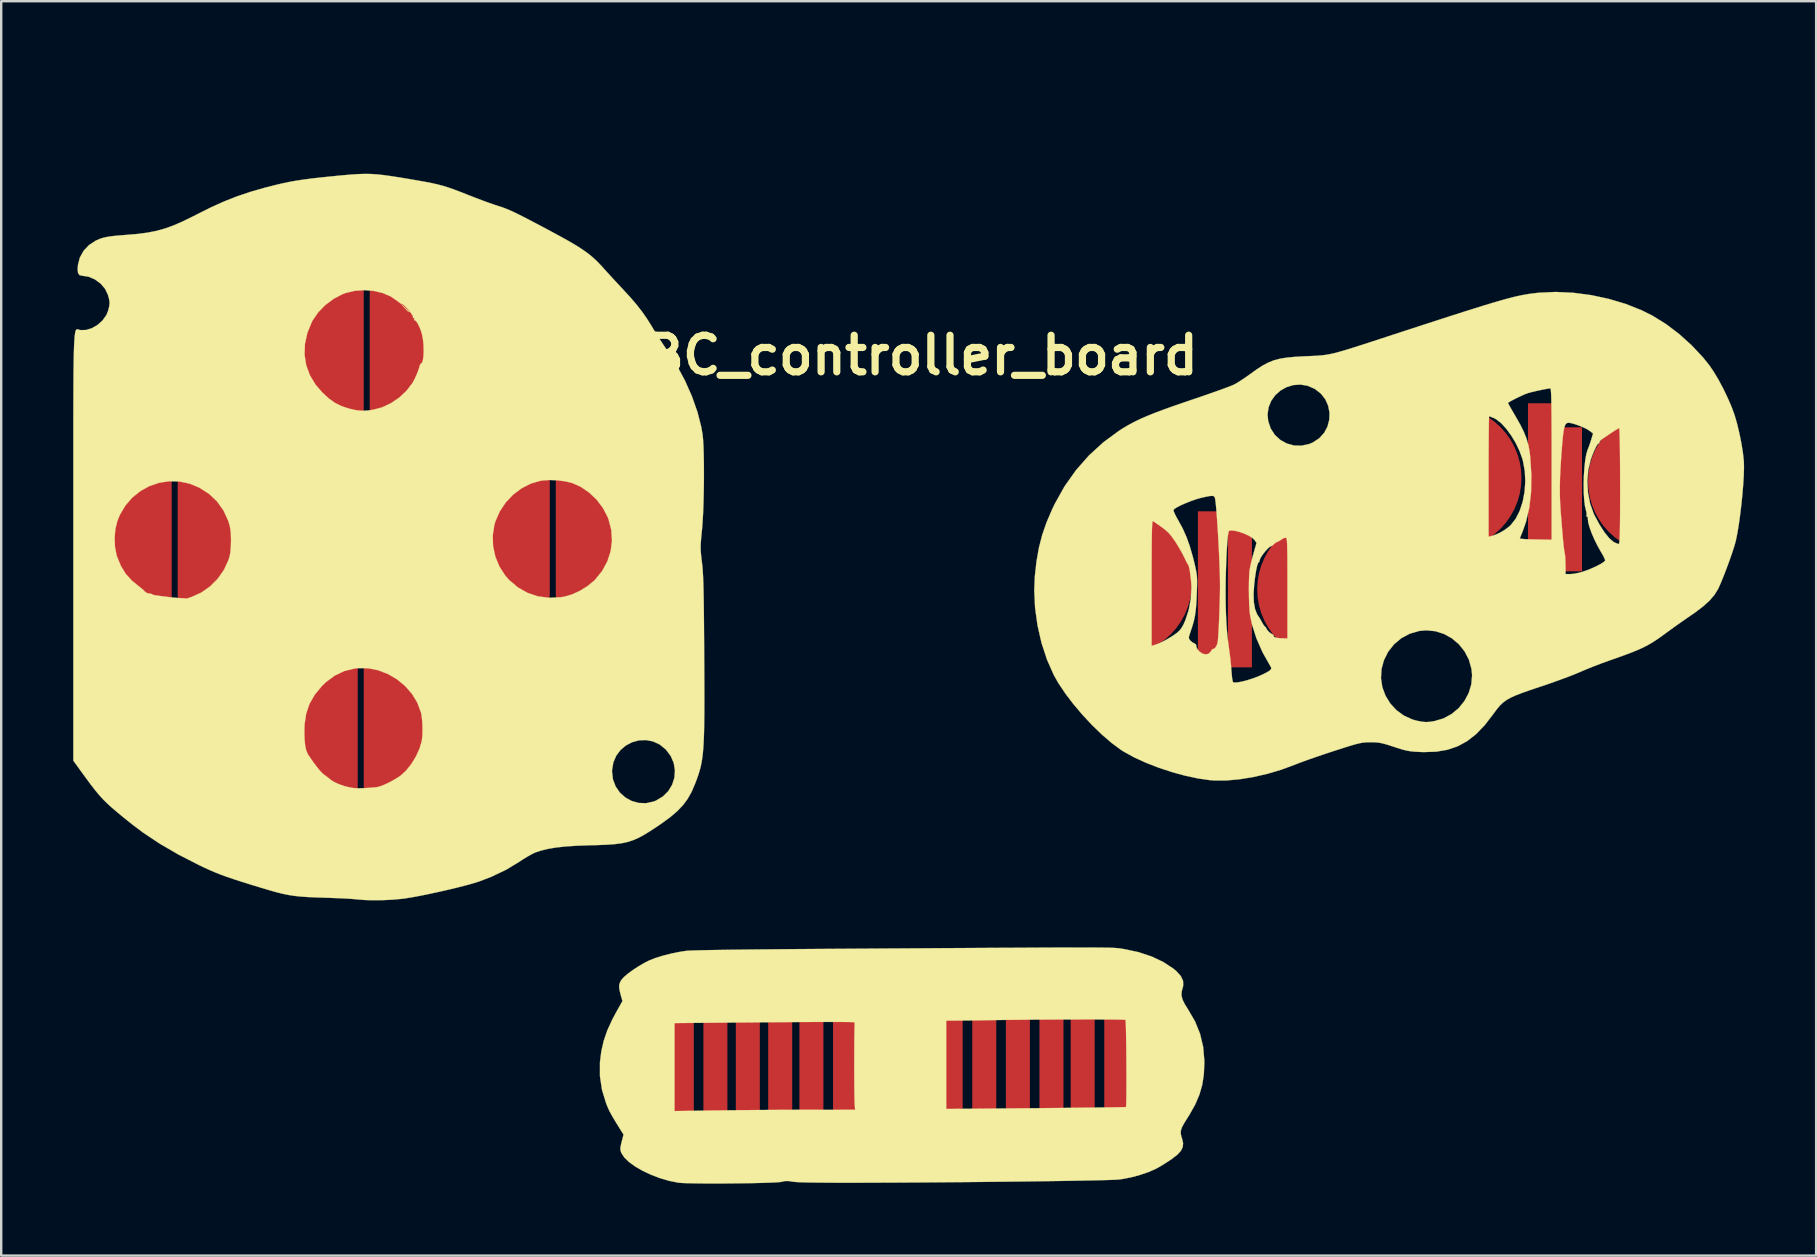
<source format=kicad_pcb>
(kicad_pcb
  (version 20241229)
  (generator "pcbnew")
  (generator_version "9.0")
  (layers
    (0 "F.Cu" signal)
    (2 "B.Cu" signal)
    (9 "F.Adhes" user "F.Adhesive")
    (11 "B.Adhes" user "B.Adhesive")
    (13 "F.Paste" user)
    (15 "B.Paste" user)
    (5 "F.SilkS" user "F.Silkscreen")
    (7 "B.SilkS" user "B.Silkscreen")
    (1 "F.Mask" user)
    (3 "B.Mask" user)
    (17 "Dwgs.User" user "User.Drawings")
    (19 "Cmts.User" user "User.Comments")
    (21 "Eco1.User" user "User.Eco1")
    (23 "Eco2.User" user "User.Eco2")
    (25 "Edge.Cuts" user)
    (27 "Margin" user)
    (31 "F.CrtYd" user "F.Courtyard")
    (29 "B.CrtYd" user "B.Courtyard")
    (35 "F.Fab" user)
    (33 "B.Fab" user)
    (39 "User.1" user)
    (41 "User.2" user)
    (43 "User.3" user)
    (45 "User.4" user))
  (footprint "GBC_controller_board"
    (layer "F.Cu")
    (at 34.852 0.25)
    (property "Reference" "GBC_controller_board" (at -0.25 11.5 0) (layer "F.SilkS") (effects (font (size 1.524 1.524) (thickness 0.3))))
    (attr through_hole)
    (fp_poly (pts (xy -21.022 9.523) (xy -20.927 9.613) (xy -20.866 9.675) (xy -20.855 9.69) (xy -20.867 9.701) (xy -20.911 9.667) (xy -20.998 9.576) (xy -21.035 9.536) (xy -21.189 9.368) (xy -21.022 9.523)) (stroke (width 0.01) (type solid)) (fill yes) (layer "F.SilkS"))
    (fp_poly (pts (xy 7.426 36.171) (xy 7.676 36.172) (xy 7.891 36.174) (xy 8.074 36.176) (xy 8.228 36.178) (xy 8.356 36.181) (xy 8.463 36.185) (xy 8.551 36.19) (xy 8.624 36.195) (xy 8.686 36.2) (xy 8.738 36.207) (xy 8.786 36.214) (xy 8.832 36.221) (xy 8.88 36.229) (xy 8.932 36.238) (xy 8.935 36.238) (xy 9.529 36.365) (xy 10.072 36.545) (xy 10.556 36.773) (xy 10.972 37.047) (xy 11.106 37.159) (xy 11.288 37.36) (xy 11.382 37.562) (xy 11.388 37.764) (xy 11.369 37.834) (xy 11.322 38.012) (xy 11.317 38.175) (xy 11.361 38.344) (xy 11.457 38.538) (xy 11.586 38.743) (xy 11.881 39.25) (xy 12.09 39.767) (xy 12.218 40.305) (xy 12.267 40.878) (xy 12.268 40.984) (xy 12.247 41.459) (xy 12.181 41.89) (xy 12.064 42.298) (xy 11.889 42.707) (xy 11.649 43.136) (xy 11.551 43.291) (xy 11.418 43.506) (xy 11.332 43.668) (xy 11.29 43.8) (xy 11.285 43.922) (xy 11.313 44.053) (xy 11.341 44.136) (xy 11.383 44.319) (xy 11.369 44.483) (xy 11.291 44.64) (xy 11.145 44.8) (xy 10.922 44.974) (xy 10.815 45.047) (xy 10.627 45.168) (xy 10.437 45.284) (xy 10.277 45.375) (xy 10.227 45.401) (xy 9.931 45.529) (xy 9.581 45.647) (xy 9.212 45.746) (xy 8.859 45.815) (xy 8.699 45.836) (xy 8.582 45.844) (xy 8.381 45.852) (xy 8.103 45.86) (xy 7.755 45.869) (xy 7.341 45.877) (xy 6.868 45.886) (xy 6.343 45.895) (xy 5.77 45.903) (xy 5.157 45.912) (xy 4.508 45.92) (xy 3.831 45.927) (xy 3.131 45.935) (xy 2.414 45.942) (xy 1.686 45.948) (xy 0.953 45.954) (xy 0.221 45.959) (xy -0.503 45.963) (xy -1.214 45.966) (xy -1.905 45.968) (xy -1.947 45.969) (xy -2.593 45.97) (xy -3.152 45.969) (xy -3.628 45.966) (xy -4.025 45.962) (xy -4.346 45.956) (xy -4.593 45.948) (xy -4.77 45.938) (xy -4.88 45.926) (xy -4.892 45.924) (xy -5.076 45.897) (xy -5.218 45.902) (xy -5.328 45.929) (xy -5.413 45.942) (xy -5.575 45.954) (xy -5.804 45.965) (xy -6.088 45.975) (xy -6.415 45.983) (xy -6.776 45.99) (xy -7.158 45.995) (xy -7.549 45.999) (xy -7.939 46.001) (xy -8.317 46.001) (xy -8.671 45.999) (xy -8.989 45.995) (xy -9.261 45.989) (xy -9.475 45.981) (xy -9.62 45.971) (xy -9.648 45.967) (xy -10.03 45.89) (xy -10.413 45.778) (xy -10.783 45.637) (xy -11.129 45.474) (xy -11.438 45.296) (xy -11.697 45.109) (xy -11.894 44.919) (xy -12.015 44.734) (xy -12.019 44.725) (xy -12.051 44.632) (xy -12.06 44.542) (xy -12.043 44.426) (xy -12.005 44.266) (xy -11.926 43.962) (xy -12.076 43.726) (xy -12.242 43.459) (xy -12.369 43.248) (xy -12.465 43.077) (xy -12.541 42.927) (xy -12.605 42.781) (xy -12.652 42.664) (xy -12.824 42.101) (xy -12.91 41.534) (xy -12.91 40.952) (xy -12.853 40.498) (xy -12.753 40.059) (xy -12.603 39.623) (xy -12.464 39.319) (xy -9.804 39.319) (xy -9.804 42.985) (xy -7.988 42.959) (xy -7.509 42.952) (xy -6.966 42.947) (xy -6.383 42.941) (xy -5.785 42.937) (xy -5.197 42.934) (xy -4.644 42.932) (xy -4.225 42.931) (xy -2.279 42.93) (xy -2.296 42.717) (xy -2.301 42.61) (xy -2.306 42.434) (xy -2.309 42.201) (xy -2.312 41.923) (xy -2.314 41.613) (xy -2.315 41.282) (xy -2.315 40.943) (xy -2.314 40.608) (xy -2.313 40.288) (xy -2.311 39.997) (xy -2.308 39.745) (xy -2.304 39.546) (xy -2.3 39.411) (xy -2.295 39.352) (xy -2.294 39.351) (xy -2.303 39.298) (xy -2.32 39.283) (xy -2.371 39.279) (xy -2.505 39.276) (xy -2.714 39.273) (xy -2.993 39.272) (xy -3.334 39.271) (xy -3.731 39.272) (xy -4.177 39.273) (xy -4.666 39.276) (xy -5.191 39.279) (xy -5.745 39.283) (xy -6.086 39.286) (xy -9.804 39.319) (xy -12.464 39.319) (xy -12.418 39.218) (xy 1.515 39.218) (xy 1.515 42.897) (xy 5.247 42.864) (xy 5.816 42.859) (xy 6.359 42.854) (xy 6.869 42.848) (xy 7.341 42.843) (xy 7.767 42.838) (xy 8.141 42.833) (xy 8.456 42.829) (xy 8.706 42.825) (xy 8.884 42.821) (xy 8.984 42.818) (xy 9.003 42.816) (xy 9.01 42.769) (xy 9.015 42.644) (xy 9.019 42.453) (xy 9.022 42.206) (xy 9.023 41.917) (xy 9.023 41.596) (xy 9.023 41.255) (xy 9.021 40.906) (xy 9.018 40.56) (xy 9.015 40.228) (xy 9.01 39.923) (xy 9.005 39.656) (xy 8.999 39.438) (xy 8.993 39.28) (xy 8.986 39.196) (xy 8.983 39.185) (xy 8.934 39.179) (xy 8.805 39.175) (xy 8.603 39.172) (xy 8.338 39.169) (xy 8.017 39.168) (xy 7.648 39.167) (xy 7.242 39.167) (xy 6.805 39.168) (xy 6.346 39.169) (xy 5.874 39.171) (xy 5.396 39.174) (xy 4.922 39.178) (xy 4.46 39.182) (xy 4.018 39.187) (xy 3.605 39.193) (xy 3.342 39.197) (xy 3.041 39.202) (xy 2.704 39.207) (xy 2.374 39.211) (xy 2.106 39.213) (xy 1.515 39.218) (xy -12.418 39.218) (xy -12.395 39.168) (xy -12.248 38.894) (xy -11.972 38.401) (xy -12.031 38.194) (xy -12.087 37.977) (xy -12.111 37.819) (xy -12.101 37.698) (xy -12.057 37.588) (xy -12.017 37.522) (xy -11.912 37.403) (xy -11.744 37.259) (xy -11.531 37.103) (xy -11.291 36.947) (xy -11.042 36.803) (xy -10.866 36.714) (xy -10.609 36.612) (xy -10.29 36.512) (xy -9.934 36.422) (xy -9.57 36.349) (xy -9.313 36.31) (xy -9.209 36.302) (xy -9.017 36.295) (xy -8.741 36.287) (xy -8.382 36.279) (xy -7.943 36.272) (xy -7.426 36.264) (xy -6.833 36.257) (xy -6.165 36.25) (xy -5.427 36.243) (xy -4.619 36.236) (xy -3.743 36.23) (xy -2.852 36.224) (xy -1.668 36.217) (xy -0.57 36.21) (xy 0.445 36.204) (xy 1.381 36.198) (xy 2.242 36.193) (xy 3.031 36.188) (xy 3.75 36.184) (xy 4.404 36.181) (xy 4.995 36.178) (xy 5.528 36.175) (xy 6.005 36.173) (xy 6.43 36.172) (xy 6.807 36.171) (xy 7.137 36.171) (xy 7.426 36.171)) (stroke (width 0.01) (type solid)) (fill yes) (layer "F.SilkS"))
    (fp_poly (pts (xy -22.441 3.948) (xy -22.183 3.965) (xy -21.906 3.995) (xy -21.59 4.04) (xy -21.219 4.098) (xy -20.981 4.137) (xy -20.565 4.208) (xy -20.22 4.269) (xy -19.93 4.325) (xy -19.679 4.381) (xy -19.449 4.442) (xy -19.226 4.511) (xy -18.991 4.593) (xy -18.729 4.692) (xy -18.422 4.813) (xy -18.382 4.829) (xy -18.097 4.94) (xy -17.802 5.052) (xy -17.521 5.154) (xy -17.28 5.237) (xy -17.16 5.276) (xy -17.019 5.321) (xy -16.88 5.371) (xy -16.734 5.429) (xy -16.571 5.501) (xy -16.382 5.591) (xy -16.157 5.703) (xy -15.886 5.842) (xy -15.561 6.013) (xy -15.171 6.219) (xy -14.973 6.325) (xy -14.542 6.558) (xy -14.18 6.76) (xy -13.877 6.939) (xy -13.622 7.104) (xy -13.404 7.26) (xy -13.212 7.417) (xy -13.034 7.582) (xy -12.861 7.762) (xy -12.76 7.874) (xy -12.637 8.011) (xy -12.471 8.192) (xy -12.279 8.401) (xy -12.078 8.616) (xy -11.973 8.729) (xy -11.652 9.077) (xy -11.386 9.387) (xy -11.158 9.679) (xy -10.954 9.971) (xy -10.758 10.282) (xy -10.708 10.368) (xy -10.582 10.576) (xy -10.423 10.825) (xy -10.253 11.085) (xy -10.09 11.325) (xy -10.085 11.332) (xy -9.701 11.933) (xy -9.363 12.565) (xy -9.077 13.212) (xy -8.85 13.856) (xy -8.69 14.48) (xy -8.636 14.786) (xy -8.615 14.991) (xy -8.598 15.27) (xy -8.587 15.61) (xy -8.58 15.995) (xy -8.578 16.41) (xy -8.58 16.843) (xy -8.587 17.277) (xy -8.598 17.698) (xy -8.613 18.092) (xy -8.633 18.444) (xy -8.656 18.74) (xy -8.661 18.782) (xy -8.689 19.063) (xy -8.707 19.281) (xy -8.715 19.459) (xy -8.713 19.621) (xy -8.7 19.793) (xy -8.677 19.999) (xy -8.662 20.123) (xy -8.647 20.254) (xy -8.633 20.397) (xy -8.622 20.559) (xy -8.612 20.747) (xy -8.603 20.968) (xy -8.596 21.229) (xy -8.59 21.538) (xy -8.584 21.902) (xy -8.579 22.326) (xy -8.575 22.82) (xy -8.571 23.388) (xy -8.567 24.014) (xy -8.563 24.733) (xy -8.561 25.37) (xy -8.56 25.931) (xy -8.562 26.423) (xy -8.567 26.851) (xy -8.574 27.224) (xy -8.586 27.547) (xy -8.602 27.827) (xy -8.622 28.071) (xy -8.648 28.285) (xy -8.679 28.476) (xy -8.716 28.652) (xy -8.761 28.817) (xy -8.812 28.98) (xy -8.87 29.147) (xy -8.937 29.323) (xy -8.951 29.359) (xy -9.093 29.689) (xy -9.256 29.978) (xy -9.45 30.241) (xy -9.688 30.49) (xy -9.982 30.741) (xy -10.343 31.005) (xy -10.469 31.091) (xy -10.782 31.298) (xy -11.053 31.466) (xy -11.296 31.599) (xy -11.528 31.7) (xy -11.763 31.776) (xy -12.018 31.83) (xy -12.306 31.866) (xy -12.645 31.89) (xy -13.049 31.905) (xy -13.302 31.911) (xy -13.856 31.93) (xy -14.332 31.961) (xy -14.739 32.005) (xy -15.089 32.065) (xy -15.39 32.14) (xy -15.582 32.204) (xy -15.722 32.268) (xy -15.906 32.37) (xy -16.109 32.493) (xy -16.254 32.589) (xy -16.813 32.929) (xy -17.438 33.226) (xy -17.943 33.419) (xy -18.175 33.493) (xy -18.478 33.577) (xy -18.833 33.668) (xy -19.221 33.762) (xy -19.626 33.854) (xy -20.029 33.941) (xy -20.413 34.019) (xy -20.759 34.083) (xy -21.049 34.129) (xy -21.157 34.143) (xy -21.52 34.176) (xy -21.911 34.196) (xy -22.304 34.202) (xy -22.672 34.194) (xy -22.986 34.171) (xy -23.061 34.163) (xy -23.187 34.151) (xy -23.384 34.137) (xy -23.634 34.124) (xy -23.918 34.112) (xy -24.22 34.101) (xy -24.286 34.099) (xy -24.714 34.085) (xy -25.07 34.069) (xy -25.373 34.048) (xy -25.638 34.02) (xy -25.885 33.982) (xy -26.13 33.932) (xy -26.391 33.867) (xy -26.686 33.783) (xy -26.988 33.693) (xy -27.45 33.552) (xy -27.841 33.43) (xy -28.171 33.323) (xy -28.455 33.226) (xy -28.705 33.135) (xy -28.935 33.044) (xy -29.156 32.949) (xy -29.384 32.846) (xy -29.612 32.737) (xy -30.473 32.296) (xy -31.255 31.841) (xy -31.953 31.376) (xy -32.396 31.041) (xy -32.734 30.77) (xy -33.013 30.541) (xy -33.246 30.342) (xy -33.444 30.162) (xy -33.618 29.988) (xy -33.781 29.808) (xy -33.944 29.611) (xy -34.12 29.383) (xy -34.32 29.113) (xy -34.455 28.928) (xy -34.847 28.388) (xy -34.847 27.147) (xy -25.224 27.147) (xy -25.216 27.482) (xy -25.192 27.742) (xy -25.151 27.942) (xy -25.09 28.097) (xy -25.055 28.155) (xy -24.832 28.477) (xy -24.642 28.725) (xy -24.489 28.897) (xy -24.395 28.977) (xy -24.272 29.066) (xy -24.168 29.149) (xy -24.148 29.167) (xy -24.005 29.265) (xy -23.8 29.361) (xy -23.561 29.445) (xy -23.316 29.506) (xy -23.15 29.531) (xy -22.994 29.537) (xy -22.781 29.534) (xy -22.54 29.521) (xy -22.302 29.502) (xy -22.192 29.489) (xy -22.048 29.452) (xy -21.855 29.374) (xy -21.639 29.268) (xy -21.422 29.147) (xy -21.228 29.021) (xy -21.2 29) (xy -21.031 28.843) (xy -12.407 28.843) (xy -12.367 29.172) (xy -12.254 29.466) (xy -12.079 29.718) (xy -11.853 29.921) (xy -11.588 30.067) (xy -11.295 30.149) (xy -10.986 30.159) (xy -10.671 30.09) (xy -10.576 30.052) (xy -10.288 29.88) (xy -10.062 29.656) (xy -9.902 29.391) (xy -9.809 29.099) (xy -9.786 28.794) (xy -9.835 28.488) (xy -9.96 28.194) (xy -10.162 27.926) (xy -10.169 27.918) (xy -10.424 27.712) (xy -10.703 27.584) (xy -10.994 27.529) (xy -11.286 27.542) (xy -11.567 27.618) (xy -11.825 27.752) (xy -12.05 27.94) (xy -12.229 28.177) (xy -12.351 28.458) (xy -12.405 28.778) (xy -12.407 28.843) (xy -21.031 28.843) (xy -20.978 28.794) (xy -20.765 28.524) (xy -20.576 28.216) (xy -20.428 27.894) (xy -20.335 27.584) (xy -20.328 27.546) (xy -20.305 27.327) (xy -20.299 27.062) (xy -20.309 26.787) (xy -20.335 26.536) (xy -20.366 26.376) (xy -20.516 25.972) (xy -20.741 25.602) (xy -21.028 25.274) (xy -21.366 24.997) (xy -21.744 24.776) (xy -22.15 24.62) (xy -22.575 24.536) (xy -23.005 24.532) (xy -23.123 24.546) (xy -23.556 24.653) (xy -23.958 24.843) (xy -24.328 25.117) (xy -24.499 25.284) (xy -24.794 25.644) (xy -25.008 26.019) (xy -25.147 26.424) (xy -25.215 26.872) (xy -25.224 27.147) (xy -34.847 27.147) (xy -34.847 19.485) (xy -34.847 19.109) (xy -33.129 19.109) (xy -33.112 19.486) (xy -33.045 19.831) (xy -33.023 19.898) (xy -32.861 20.286) (xy -32.661 20.61) (xy -32.406 20.89) (xy -32.151 21.098) (xy -32.022 21.199) (xy -31.917 21.29) (xy -31.87 21.341) (xy -31.781 21.405) (xy -31.71 21.42) (xy -31.617 21.432) (xy -31.578 21.451) (xy -31.51 21.484) (xy -31.47 21.493) (xy -31.106 21.544) (xy -30.815 21.58) (xy -30.584 21.603) (xy -30.413 21.614) (xy -30.272 21.622) (xy -30.173 21.63) (xy -30.143 21.635) (xy -30.103 21.627) (xy -30.004 21.597) (xy -29.92 21.569) (xy -29.515 21.385) (xy -29.148 21.127) (xy -28.83 20.808) (xy -28.571 20.437) (xy -28.383 20.027) (xy -28.336 19.877) (xy -28.306 19.713) (xy -28.286 19.489) (xy -28.278 19.233) (xy -28.278 19.184) (xy -28.283 19.014) (xy -17.377 19.014) (xy -17.361 19.456) (xy -17.267 19.889) (xy -17.099 20.299) (xy -16.861 20.67) (xy -16.69 20.864) (xy -16.326 21.172) (xy -15.926 21.398) (xy -15.494 21.543) (xy -15.033 21.603) (xy -14.547 21.58) (xy -14.388 21.555) (xy -14.075 21.464) (xy -13.745 21.313) (xy -13.43 21.118) (xy -13.158 20.895) (xy -13.112 20.85) (xy -12.817 20.485) (xy -12.6 20.086) (xy -12.463 19.662) (xy -12.408 19.222) (xy -12.437 18.776) (xy -12.551 18.334) (xy -12.586 18.242) (xy -12.783 17.862) (xy -13.047 17.515) (xy -13.363 17.215) (xy -13.715 16.976) (xy -14.064 16.821) (xy -14.351 16.751) (xy -14.682 16.708) (xy -15.017 16.695) (xy -15.319 16.716) (xy -15.377 16.725) (xy -15.79 16.844) (xy -16.177 17.042) (xy -16.529 17.307) (xy -16.834 17.63) (xy -17.081 18) (xy -17.261 18.407) (xy -17.311 18.579) (xy -17.377 19.014) (xy -28.283 19.014) (xy -28.285 18.933) (xy -28.305 18.737) (xy -28.341 18.565) (xy -28.394 18.397) (xy -28.59 17.967) (xy -28.855 17.593) (xy -29.188 17.277) (xy -29.588 17.019) (xy -30.005 16.846) (xy -30.433 16.757) (xy -30.861 16.747) (xy -31.28 16.813) (xy -31.681 16.95) (xy -32.053 17.156) (xy -32.388 17.425) (xy -32.675 17.754) (xy -32.905 18.14) (xy -33.012 18.397) (xy -33.096 18.735) (xy -33.129 19.109) (xy -34.847 19.109) (xy -34.847 18.422) (xy -34.847 17.444) (xy -34.847 16.549) (xy -34.847 15.732) (xy -34.847 14.991) (xy -34.847 14.321) (xy -34.846 13.719) (xy -34.844 13.181) (xy -34.842 12.704) (xy -34.839 12.285) (xy -34.835 11.919) (xy -34.83 11.603) (xy -34.827 11.479) (xy -25.216 11.479) (xy -25.146 11.916) (xy -24.991 12.335) (xy -24.753 12.73) (xy -24.468 13.059) (xy -24.199 13.304) (xy -23.943 13.486) (xy -23.673 13.62) (xy -23.362 13.722) (xy -23.342 13.727) (xy -23.08 13.786) (xy -22.852 13.811) (xy -22.615 13.804) (xy -22.37 13.772) (xy -21.988 13.672) (xy -21.615 13.496) (xy -21.268 13.26) (xy -20.964 12.975) (xy -20.72 12.655) (xy -20.615 12.462) (xy -20.538 12.287) (xy -20.474 12.124) (xy -20.436 12.005) (xy -20.434 11.996) (xy -20.404 11.897) (xy -20.373 11.851) (xy -20.37 11.85) (xy -20.32 11.809) (xy -20.283 11.696) (xy -20.26 11.53) (xy -20.251 11.327) (xy -20.256 11.104) (xy -20.277 10.878) (xy -20.312 10.668) (xy -20.348 10.531) (xy -20.415 10.352) (xy -20.489 10.198) (xy -20.559 10.089) (xy -20.617 10.039) (xy -20.635 10.041) (xy -20.656 10.03) (xy -20.646 9.99) (xy -20.639 9.937) (xy -20.668 9.945) (xy -20.702 9.947) (xy -20.694 9.909) (xy -20.711 9.851) (xy -20.775 9.752) (xy -20.868 9.633) (xy -20.972 9.515) (xy -21.07 9.418) (xy -21.143 9.364) (xy -21.166 9.359) (xy -21.218 9.338) (xy -21.306 9.274) (xy -21.337 9.248) (xy -21.622 9.05) (xy -21.962 8.906) (xy -22.339 8.817) (xy -22.735 8.786) (xy -23.13 8.814) (xy -23.507 8.905) (xy -23.636 8.954) (xy -24.01 9.152) (xy -24.353 9.409) (xy -24.647 9.71) (xy -24.873 10.038) (xy -24.909 10.105) (xy -25.098 10.568) (xy -25.2 11.028) (xy -25.216 11.479) (xy -34.827 11.479) (xy -34.823 11.334) (xy -34.816 11.108) (xy -34.807 10.921) (xy -34.796 10.77) (xy -34.784 10.652) (xy -34.771 10.562) (xy -34.755 10.497) (xy -34.738 10.453) (xy -34.718 10.428) (xy -34.696 10.417) (xy -34.672 10.416) (xy -34.646 10.423) (xy -34.617 10.434) (xy -34.585 10.444) (xy -34.559 10.45) (xy -34.319 10.447) (xy -34.072 10.371) (xy -33.836 10.234) (xy -33.631 10.049) (xy -33.474 9.83) (xy -33.402 9.657) (xy -33.353 9.469) (xy -33.337 9.324) (xy -33.353 9.178) (xy -33.402 8.991) (xy -33.521 8.738) (xy -33.708 8.516) (xy -33.946 8.341) (xy -34.214 8.226) (xy -34.495 8.183) (xy -34.498 8.183) (xy -34.595 8.157) (xy -34.651 8.071) (xy -34.668 7.918) (xy -34.654 7.731) (xy -34.574 7.424) (xy -34.417 7.144) (xy -34.191 6.906) (xy -33.906 6.721) (xy -33.881 6.709) (xy -33.74 6.649) (xy -33.592 6.602) (xy -33.419 6.565) (xy -33.204 6.534) (xy -32.932 6.508) (xy -32.637 6.485) (xy -32.174 6.446) (xy -31.768 6.393) (xy -31.398 6.321) (xy -31.043 6.223) (xy -30.685 6.095) (xy -30.301 5.929) (xy -29.872 5.719) (xy -29.7 5.631) (xy -29.111 5.337) (xy -28.56 5.089) (xy -28.021 4.877) (xy -27.465 4.69) (xy -26.866 4.518) (xy -26.425 4.406) (xy -26.134 4.338) (xy -25.858 4.28) (xy -25.58 4.23) (xy -25.283 4.184) (xy -24.949 4.14) (xy -24.561 4.096) (xy -24.103 4.048) (xy -24.067 4.045) (xy -23.637 4.003) (xy -23.277 3.972) (xy -22.97 3.952) (xy -22.698 3.944) (xy -22.441 3.948)) (stroke (width 0.01) (type solid)) (fill yes) (layer "F.SilkS"))
    (fp_poly (pts (xy 27.634 8.896) (xy 28.378 8.993) (xy 29.116 9.151) (xy 29.828 9.364) (xy 30.496 9.63) (xy 30.936 9.85) (xy 31.498 10.198) (xy 32.05 10.617) (xy 32.574 11.09) (xy 33.048 11.597) (xy 33.305 11.917) (xy 33.491 12.191) (xy 33.69 12.525) (xy 33.888 12.897) (xy 34.073 13.282) (xy 34.234 13.655) (xy 34.357 13.993) (xy 34.358 13.994) (xy 34.462 14.356) (xy 34.559 14.761) (xy 34.642 15.176) (xy 34.705 15.571) (xy 34.742 15.916) (xy 34.743 15.931) (xy 34.748 16.182) (xy 34.739 16.503) (xy 34.717 16.875) (xy 34.683 17.281) (xy 34.641 17.703) (xy 34.591 18.123) (xy 34.536 18.522) (xy 34.477 18.883) (xy 34.416 19.188) (xy 34.396 19.274) (xy 34.338 19.476) (xy 34.253 19.738) (xy 34.149 20.036) (xy 34.034 20.35) (xy 33.916 20.656) (xy 33.804 20.933) (xy 33.706 21.157) (xy 33.665 21.244) (xy 33.517 21.482) (xy 33.313 21.719) (xy 33.043 21.964) (xy 32.7 22.224) (xy 32.555 22.324) (xy 32.314 22.489) (xy 32.053 22.672) (xy 31.804 22.849) (xy 31.597 22.999) (xy 31.594 23.001) (xy 31.349 23.181) (xy 31.134 23.332) (xy 30.937 23.46) (xy 30.744 23.574) (xy 30.541 23.678) (xy 30.315 23.779) (xy 30.054 23.885) (xy 29.743 24.002) (xy 29.37 24.135) (xy 29.083 24.236) (xy 28.795 24.34) (xy 28.477 24.463) (xy 28.165 24.588) (xy 27.899 24.702) (xy 27.895 24.703) (xy 27.692 24.789) (xy 27.423 24.894) (xy 27.109 25.01) (xy 26.771 25.132) (xy 26.428 25.251) (xy 26.233 25.316) (xy 25.833 25.45) (xy 25.508 25.564) (xy 25.245 25.665) (xy 25.033 25.761) (xy 24.862 25.857) (xy 24.719 25.961) (xy 24.593 26.079) (xy 24.474 26.218) (xy 24.349 26.384) (xy 24.296 26.458) (xy 23.944 26.913) (xy 23.586 27.284) (xy 23.214 27.574) (xy 22.819 27.79) (xy 22.393 27.934) (xy 21.926 28.013) (xy 21.41 28.03) (xy 21.306 28.027) (xy 21.063 28.015) (xy 20.871 27.998) (xy 20.7 27.969) (xy 20.521 27.924) (xy 20.303 27.857) (xy 20.164 27.811) (xy 19.916 27.73) (xy 19.726 27.676) (xy 19.57 27.642) (xy 19.423 27.625) (xy 19.26 27.62) (xy 19.184 27.62) (xy 19.058 27.622) (xy 18.945 27.628) (xy 18.83 27.643) (xy 18.701 27.669) (xy 18.544 27.709) (xy 18.347 27.767) (xy 18.096 27.846) (xy 17.778 27.948) (xy 17.646 27.99) (xy 17.312 28.1) (xy 16.978 28.214) (xy 16.662 28.323) (xy 16.382 28.424) (xy 16.155 28.508) (xy 16.035 28.556) (xy 15.478 28.762) (xy 14.896 28.935) (xy 14.308 29.069) (xy 13.731 29.163) (xy 13.185 29.212) (xy 12.685 29.213) (xy 12.499 29.199) (xy 11.996 29.127) (xy 11.458 29.011) (xy 10.903 28.859) (xy 10.352 28.676) (xy 9.824 28.47) (xy 9.339 28.248) (xy 8.917 28.015) (xy 8.785 27.931) (xy 8.402 27.647) (xy 7.999 27.3) (xy 7.591 26.905) (xy 7.192 26.478) (xy 6.816 26.034) (xy 6.478 25.59) (xy 6.19 25.16) (xy 5.996 24.819) (xy 5.713 24.178) (xy 5.486 23.485) (xy 5.32 22.759) (xy 5.217 22.021) (xy 5.182 21.289) (xy 5.195 20.99) (xy 10.071 20.99) (xy 10.071 23.607) (xy 10.26 23.548) (xy 10.396 23.494) (xy 10.569 23.411) (xy 10.741 23.315) (xy 10.965 23.178) (xy 11.127 23.063) (xy 11.245 22.954) (xy 11.336 22.831) (xy 11.416 22.677) (xy 11.477 22.537) (xy 11.619 22.103) (xy 11.705 21.63) (xy 11.731 21.155) (xy 11.716 20.906) (xy 11.681 20.602) (xy 11.646 20.384) (xy 11.612 20.253) (xy 11.587 20.213) (xy 11.554 20.163) (xy 11.498 20.055) (xy 11.435 19.922) (xy 11.355 19.763) (xy 11.243 19.563) (xy 11.119 19.357) (xy 11.063 19.27) (xy 10.912 19.053) (xy 10.772 18.89) (xy 10.615 18.75) (xy 10.497 18.661) (xy 10.347 18.556) (xy 10.222 18.469) (xy 10.141 18.414) (xy 10.127 18.406) (xy 10.114 18.415) (xy 10.104 18.462) (xy 10.095 18.553) (xy 10.088 18.692) (xy 10.083 18.886) (xy 10.078 19.14) (xy 10.075 19.46) (xy 10.073 19.851) (xy 10.071 20.319) (xy 10.071 20.87) (xy 10.071 20.99) (xy 5.195 20.99) (xy 5.206 20.714) (xy 5.276 20.086) (xy 5.376 19.52) (xy 5.512 18.988) (xy 5.693 18.465) (xy 5.917 17.943) (xy 10.983 17.943) (xy 10.994 18.005) (xy 11.045 18.123) (xy 11.125 18.278) (xy 11.184 18.381) (xy 11.369 18.72) (xy 11.526 19.074) (xy 11.665 19.464) (xy 11.794 19.915) (xy 11.833 20.069) (xy 11.893 20.323) (xy 11.933 20.521) (xy 11.957 20.691) (xy 11.966 20.864) (xy 11.965 21.068) (xy 11.961 21.209) (xy 11.948 21.582) (xy 11.931 21.885) (xy 11.908 22.136) (xy 11.877 22.354) (xy 11.833 22.56) (xy 11.774 22.77) (xy 11.696 23.006) (xy 11.656 23.123) (xy 11.623 23.238) (xy 11.634 23.315) (xy 11.673 23.374) (xy 11.769 23.458) (xy 11.847 23.497) (xy 11.925 23.554) (xy 11.933 23.612) (xy 11.954 23.694) (xy 12.022 23.799) (xy 12.048 23.829) (xy 12.182 23.926) (xy 12.323 23.961) (xy 12.448 23.933) (xy 12.535 23.843) (xy 12.542 23.829) (xy 12.592 23.752) (xy 12.641 23.733) (xy 12.697 23.711) (xy 12.76 23.63) (xy 12.81 23.519) (xy 12.821 23.477) (xy 12.833 23.379) (xy 12.847 23.206) (xy 12.861 22.975) (xy 12.875 22.7) (xy 12.888 22.396) (xy 12.9 22.079) (xy 12.91 21.765) (xy 12.916 21.526) (xy 13.153 21.526) (xy 13.157 21.849) (xy 13.159 21.934) (xy 13.171 22.317) (xy 13.185 22.638) (xy 13.205 22.926) (xy 13.231 23.21) (xy 13.268 23.518) (xy 13.316 23.878) (xy 13.329 23.969) (xy 13.356 24.187) (xy 13.381 24.441) (xy 13.399 24.676) (xy 13.4 24.685) (xy 13.415 24.864) (xy 13.435 25.012) (xy 13.457 25.102) (xy 13.464 25.116) (xy 13.531 25.135) (xy 13.663 25.125) (xy 13.845 25.091) (xy 14.058 25.036) (xy 14.286 24.963) (xy 14.315 24.952) (xy 19.626 24.952) (xy 19.683 25.328) (xy 19.815 25.682) (xy 20.014 26.005) (xy 20.272 26.285) (xy 20.582 26.511) (xy 20.936 26.672) (xy 21.122 26.724) (xy 21.331 26.765) (xy 21.498 26.78) (xy 21.668 26.769) (xy 21.858 26.738) (xy 22.234 26.626) (xy 22.572 26.442) (xy 22.864 26.198) (xy 23.102 25.904) (xy 23.28 25.571) (xy 23.389 25.21) (xy 23.422 24.831) (xy 23.397 24.567) (xy 23.289 24.182) (xy 23.11 23.836) (xy 22.871 23.537) (xy 22.582 23.292) (xy 22.254 23.109) (xy 21.896 22.995) (xy 21.518 22.957) (xy 21.228 22.983) (xy 20.833 23.095) (xy 20.479 23.282) (xy 20.175 23.535) (xy 19.928 23.846) (xy 19.748 24.205) (xy 19.649 24.567) (xy 19.626 24.952) (xy 14.315 24.952) (xy 14.512 24.878) (xy 14.539 24.867) (xy 14.713 24.788) (xy 14.865 24.711) (xy 14.969 24.65) (xy 14.984 24.638) (xy 15.051 24.572) (xy 15.052 24.511) (xy 15.02 24.453) (xy 14.693 23.872) (xy 14.437 23.29) (xy 14.255 22.719) (xy 14.172 22.314) (xy 14.152 22.125) (xy 14.137 21.871) (xy 14.127 21.576) (xy 14.126 21.445) (xy 14.319 21.445) (xy 14.331 21.788) (xy 14.381 22.072) (xy 14.465 22.288) (xy 14.496 22.335) (xy 14.584 22.47) (xy 14.669 22.62) (xy 14.679 22.639) (xy 14.74 22.742) (xy 14.79 22.801) (xy 14.801 22.806) (xy 14.838 22.841) (xy 14.839 22.853) (xy 14.868 22.914) (xy 14.939 23) (xy 14.948 23.01) (xy 15.035 23.084) (xy 15.1 23.119) (xy 15.104 23.119) (xy 15.146 23.155) (xy 15.151 23.183) (xy 15.178 23.234) (xy 15.267 23.268) (xy 15.427 23.287) (xy 15.541 23.292) (xy 15.73 23.298) (xy 15.73 21.196) (xy 15.73 20.708) (xy 15.729 20.301) (xy 15.728 19.969) (xy 15.725 19.704) (xy 15.721 19.498) (xy 15.716 19.344) (xy 15.709 19.235) (xy 15.699 19.163) (xy 15.687 19.121) (xy 15.672 19.101) (xy 15.655 19.096) (xy 15.652 19.096) (xy 15.563 19.123) (xy 15.463 19.184) (xy 15.37 19.246) (xy 15.303 19.273) (xy 15.303 19.273) (xy 15.239 19.304) (xy 15.173 19.363) (xy 15.099 19.43) (xy 15.051 19.452) (xy 14.984 19.487) (xy 14.888 19.576) (xy 14.781 19.697) (xy 14.681 19.829) (xy 14.605 19.949) (xy 14.572 20.037) (xy 14.572 20.043) (xy 14.555 20.111) (xy 14.535 20.123) (xy 14.5 20.166) (xy 14.461 20.29) (xy 14.421 20.485) (xy 14.381 20.744) (xy 14.344 21.055) (xy 14.319 21.445) (xy 14.126 21.445) (xy 14.123 21.266) (xy 14.126 20.965) (xy 14.134 20.697) (xy 14.15 20.486) (xy 14.152 20.463) (xy 14.177 20.321) (xy 14.22 20.124) (xy 14.275 19.904) (xy 14.311 19.775) (xy 14.442 19.315) (xy 14.35 19.186) (xy 14.254 19.097) (xy 14.102 19.007) (xy 13.917 18.924) (xy 13.721 18.855) (xy 13.537 18.81) (xy 13.385 18.795) (xy 13.293 18.816) (xy 13.272 18.873) (xy 13.251 19.008) (xy 13.231 19.209) (xy 13.212 19.466) (xy 13.195 19.766) (xy 13.18 20.099) (xy 13.168 20.453) (xy 13.159 20.816) (xy 13.154 21.178) (xy 13.153 21.526) (xy 12.916 21.526) (xy 12.917 21.468) (xy 12.921 21.203) (xy 12.921 21.107) (xy 12.919 20.842) (xy 12.911 20.525) (xy 12.898 20.169) (xy 12.882 19.787) (xy 12.863 19.394) (xy 12.841 19.001) (xy 12.818 18.624) (xy 12.794 18.275) (xy 12.771 17.969) (xy 12.748 17.718) (xy 12.726 17.535) (xy 12.716 17.474) (xy 12.696 17.407) (xy 12.656 17.367) (xy 12.582 17.355) (xy 12.459 17.368) (xy 12.274 17.406) (xy 12.125 17.441) (xy 11.931 17.496) (xy 11.716 17.571) (xy 11.501 17.656) (xy 11.301 17.744) (xy 11.136 17.828) (xy 11.024 17.899) (xy 10.983 17.943) (xy 5.917 17.943) (xy 5.924 17.926) (xy 6.039 17.686) (xy 6.445 16.959) (xy 6.734 16.551) (xy 24.108 16.551) (xy 24.108 19.06) (xy 24.23 19.03) (xy 24.338 18.995) (xy 24.487 18.934) (xy 24.595 18.884) (xy 24.77 18.781) (xy 24.948 18.648) (xy 25.034 18.57) (xy 25.24 18.306) (xy 25.406 17.977) (xy 25.53 17.599) (xy 25.608 17.187) (xy 25.638 16.759) (xy 25.618 16.329) (xy 25.543 15.913) (xy 25.513 15.803) (xy 25.393 15.474) (xy 25.236 15.148) (xy 25.051 14.841) (xy 24.849 14.566) (xy 24.642 14.338) (xy 24.438 14.174) (xy 24.321 14.111) (xy 24.211 14.067) (xy 24.14 14.043) (xy 24.131 14.042) (xy 24.127 14.085) (xy 24.123 14.21) (xy 24.119 14.408) (xy 24.116 14.672) (xy 24.113 14.993) (xy 24.111 15.364) (xy 24.109 15.776) (xy 24.108 16.221) (xy 24.108 16.551) (xy 6.734 16.551) (xy 6.921 16.287) (xy 7.461 15.674) (xy 8.063 15.123) (xy 8.724 14.638) (xy 8.891 14.532) (xy 9.113 14.401) (xy 9.347 14.276) (xy 9.603 14.152) (xy 9.891 14.027) (xy 10.043 13.966) (xy 14.901 13.966) (xy 14.928 14.242) (xy 15.034 14.554) (xy 15.206 14.817) (xy 15.433 15.026) (xy 15.7 15.174) (xy 15.997 15.257) (xy 16.31 15.267) (xy 16.628 15.199) (xy 16.785 15.134) (xy 17.053 14.959) (xy 17.257 14.734) (xy 17.397 14.473) (xy 17.472 14.189) (xy 17.483 13.895) (xy 17.428 13.606) (xy 17.373 13.482) (xy 24.919 13.482) (xy 24.935 13.523) (xy 24.99 13.625) (xy 25.076 13.776) (xy 25.183 13.961) (xy 25.219 14.021) (xy 25.424 14.381) (xy 25.579 14.693) (xy 25.692 14.979) (xy 25.771 15.26) (xy 25.823 15.557) (xy 25.842 15.715) (xy 25.891 16.487) (xy 25.879 17.195) (xy 25.805 17.844) (xy 25.669 18.435) (xy 25.529 18.835) (xy 25.407 19.134) (xy 25.548 19.152) (xy 25.649 19.16) (xy 25.815 19.167) (xy 26.021 19.173) (xy 26.213 19.177) (xy 26.737 19.184) (xy 26.737 16.988) (xy 27.076 16.988) (xy 27.078 17.343) (xy 27.091 17.685) (xy 27.113 18.021) (xy 27.145 18.42) (xy 27.171 18.741) (xy 27.192 18.997) (xy 27.21 19.198) (xy 27.226 19.356) (xy 27.24 19.484) (xy 27.254 19.592) (xy 27.27 19.693) (xy 27.288 19.798) (xy 27.294 19.833) (xy 27.302 19.919) (xy 27.308 20.066) (xy 27.312 20.243) (xy 27.313 20.269) (xy 27.316 20.615) (xy 27.512 20.615) (xy 27.658 20.602) (xy 27.845 20.566) (xy 28.013 20.522) (xy 28.216 20.452) (xy 28.424 20.368) (xy 28.619 20.277) (xy 28.786 20.189) (xy 28.906 20.111) (xy 28.962 20.053) (xy 28.965 20.043) (xy 28.943 19.975) (xy 28.885 19.856) (xy 28.803 19.712) (xy 28.798 19.704) (xy 28.65 19.441) (xy 28.514 19.167) (xy 28.399 18.9) (xy 28.311 18.657) (xy 28.258 18.455) (xy 28.245 18.32) (xy 28.239 18.236) (xy 28.209 18.222) (xy 28.182 18.216) (xy 28.19 18.182) (xy 28.194 18.095) (xy 28.17 17.976) (xy 28.167 17.967) (xy 28.121 17.767) (xy 28.09 17.504) (xy 28.073 17.198) (xy 28.069 16.865) (xy 28.072 16.751) (xy 28.223 16.751) (xy 28.25 17.225) (xy 28.34 17.683) (xy 28.49 18.102) (xy 28.521 18.166) (xy 28.736 18.564) (xy 28.943 18.884) (xy 29.139 19.124) (xy 29.323 19.282) (xy 29.493 19.355) (xy 29.533 19.36) (xy 29.546 19.343) (xy 29.556 19.288) (xy 29.565 19.188) (xy 29.573 19.037) (xy 29.578 18.83) (xy 29.583 18.561) (xy 29.586 18.224) (xy 29.588 17.813) (xy 29.589 17.323) (xy 29.589 16.948) (xy 29.588 16.493) (xy 29.586 16.066) (xy 29.583 15.674) (xy 29.579 15.328) (xy 29.574 15.033) (xy 29.568 14.799) (xy 29.562 14.634) (xy 29.555 14.546) (xy 29.551 14.533) (xy 29.502 14.554) (xy 29.396 14.617) (xy 29.229 14.726) (xy 28.996 14.883) (xy 28.835 14.993) (xy 28.758 15.06) (xy 28.731 15.114) (xy 28.731 15.116) (xy 28.715 15.158) (xy 28.706 15.16) (xy 28.655 15.2) (xy 28.586 15.311) (xy 28.506 15.48) (xy 28.421 15.69) (xy 28.364 15.853) (xy 28.26 16.286) (xy 28.223 16.751) (xy 28.072 16.751) (xy 28.078 16.524) (xy 28.1 16.194) (xy 28.133 15.891) (xy 28.177 15.633) (xy 28.231 15.44) (xy 28.256 15.383) (xy 28.287 15.307) (xy 28.333 15.175) (xy 28.377 15.037) (xy 28.462 14.758) (xy 28.315 14.646) (xy 28.187 14.567) (xy 28.009 14.483) (xy 27.812 14.406) (xy 27.624 14.345) (xy 27.474 14.313) (xy 27.435 14.31) (xy 27.366 14.327) (xy 27.311 14.383) (xy 27.268 14.491) (xy 27.232 14.659) (xy 27.202 14.898) (xy 27.18 15.137) (xy 27.136 15.695) (xy 27.105 16.179) (xy 27.085 16.605) (xy 27.076 16.988) (xy 26.737 16.988) (xy 26.737 16.032) (xy 26.737 15.401) (xy 26.736 14.855) (xy 26.734 14.387) (xy 26.731 13.994) (xy 26.728 13.67) (xy 26.723 13.409) (xy 26.718 13.207) (xy 26.711 13.058) (xy 26.703 12.957) (xy 26.693 12.899) (xy 26.682 12.879) (xy 26.681 12.879) (xy 26.591 12.889) (xy 26.439 12.916) (xy 26.253 12.954) (xy 26.056 12.997) (xy 25.875 13.041) (xy 25.737 13.079) (xy 25.624 13.122) (xy 25.47 13.191) (xy 25.298 13.272) (xy 25.133 13.356) (xy 25 13.428) (xy 24.922 13.479) (xy 24.919 13.482) (xy 17.373 13.482) (xy 17.308 13.335) (xy 17.121 13.095) (xy 16.869 12.9) (xy 16.572 12.771) (xy 16.27 12.72) (xy 15.974 12.741) (xy 15.694 12.826) (xy 15.44 12.969) (xy 15.224 13.161) (xy 15.055 13.396) (xy 14.944 13.667) (xy 14.901 13.966) (xy 10.043 13.966) (xy 10.222 13.894) (xy 10.605 13.75) (xy 11.052 13.591) (xy 11.572 13.413) (xy 11.68 13.376) (xy 12.05 13.251) (xy 12.402 13.129) (xy 12.725 13.016) (xy 13.008 12.914) (xy 13.241 12.828) (xy 13.411 12.762) (xy 13.507 12.72) (xy 13.644 12.643) (xy 13.824 12.528) (xy 14.023 12.393) (xy 14.171 12.287) (xy 14.453 12.085) (xy 14.701 11.925) (xy 14.934 11.802) (xy 15.167 11.71) (xy 15.418 11.643) (xy 15.704 11.597) (xy 16.043 11.565) (xy 16.452 11.542) (xy 16.51 11.54) (xy 16.722 11.531) (xy 16.906 11.522) (xy 17.07 11.511) (xy 17.224 11.496) (xy 17.376 11.475) (xy 17.535 11.445) (xy 17.711 11.404) (xy 17.912 11.35) (xy 18.148 11.281) (xy 18.428 11.195) (xy 18.76 11.089) (xy 19.154 10.962) (xy 19.619 10.81) (xy 19.919 10.712) (xy 20.702 10.456) (xy 21.405 10.227) (xy 22.034 10.023) (xy 22.595 9.842) (xy 23.092 9.683) (xy 23.532 9.545) (xy 23.919 9.424) (xy 24.258 9.321) (xy 24.556 9.234) (xy 24.818 9.16) (xy 25.048 9.099) (xy 25.252 9.049) (xy 25.436 9.009) (xy 25.605 8.976) (xy 25.764 8.949) (xy 25.918 8.928) (xy 26.074 8.909) (xy 26.202 8.895) (xy 26.902 8.862) (xy 27.634 8.896)) (stroke (width 0.01) (type solid)) (fill yes) (layer "F.SilkS"))
    (pad "1" smd custom (at -31.25 21.75 180) (size 0.01 0.01) (layers "F.Cu" "F.Mask" "F.Paste") (options (anchor rect)) (primitives (gr_arc (start 0 0) (mid 2.5 2.5) (end 0 5) (width 1)) (gr_poly (pts (xy 0 0) (xy 2.5 2.5) (xy 0 5)) (width 1) (fill yes))))
    (pad "1" smd custom (at -23.5 29.5 180) (size 0.01 0.01) (layers "F.Cu" "F.Mask" "F.Paste") (options (anchor rect)) (primitives (gr_arc (start 0 0) (mid 2.5 2.5) (end 0 5) (width 1)) (gr_poly (pts (xy 0 0) (xy 2.5 2.5) (xy 0 5)) (width 1) (fill yes))))
    (pad "1" smd custom (at -23.25 13.75 180) (size 0.01 0.01) (layers "F.Cu" "F.Mask" "F.Paste") (options (anchor rect)) (primitives (gr_arc (start 0 0) (mid 2.5 2.5) (end 0 5) (width 1)) (gr_poly (pts (xy 0 0) (xy 2.5 2.5) (xy 0 5)) (width 1) (fill yes))))
    (pad "1" smd custom (at -15.5 21.5 180) (size 0.01 0.01) (layers "F.Cu" "F.Mask" "F.Paste") (options (anchor rect)) (primitives (gr_arc (start 0 0) (mid 2.5 2.5) (end 0 5) (width 1)) (gr_poly (pts (xy 0 0) (xy 2.5 2.5) (xy 0 5)) (width 1) (fill yes))))
    (pad "1" smd custom (at -10 38.3) (size 0.01 0.01) (layers "F.Cu" "F.Mask" "F.Paste") (options (anchor rect)) (primitives (gr_poly (pts (xy 0 0) (xy 1 0) (xy 1 6) (xy 0 6)) (width 0) (fill yes))))
    (pad "1" smd custom (at -7.25 38.3) (size 0.01 0.01) (layers "F.Cu" "F.Mask" "F.Paste") (options (anchor rect)) (primitives (gr_poly (pts (xy 0 0) (xy 1 0) (xy 1 6) (xy 0 6)) (width 0) (fill yes))))
    (pad "1" smd custom (at -4.6 38.3) (size 0.01 0.01) (layers "F.Cu" "F.Mask" "F.Paste") (options (anchor rect)) (primitives (gr_poly (pts (xy 0 0) (xy 1 0) (xy 1 6) (xy 0 6)) (width 0) (fill yes))))
    (pad "1" smd custom (at 1.2 38.1) (size 0.01 0.01) (layers "F.Cu" "F.Mask" "F.Paste") (options (anchor rect)) (primitives (gr_poly (pts (xy 0 0) (xy 1 0) (xy 1 6) (xy 0 6)) (width 0) (fill yes))))
    (pad "1" smd custom (at 4 38.1) (size 0.01 0.01) (layers "F.Cu" "F.Mask" "F.Paste") (options (anchor rect)) (primitives (gr_poly (pts (xy 0 0) (xy 1 0) (xy 1 6) (xy 0 6)) (width 0) (fill yes))))
    (pad "1" smd custom (at 6.7 38.1) (size 0.01 0.01) (layers "F.Cu" "F.Mask" "F.Paste") (options (anchor rect)) (primitives (gr_poly (pts (xy 0 0) (xy 1 0) (xy 1 6) (xy 0 6)) (width 0) (fill yes))))
    (pad "1" smd custom (at 8.75 18.5) (size 0.01 0.01) (layers "F.Cu" "F.Mask" "F.Paste") (options (anchor rect)) (primitives (gr_arc (start 0 0) (mid 2.5 2.5) (end 0 5) (width 1)) (gr_poly (pts (xy 0 0) (xy 2.5 2.5) (xy 0 5)) (width 1) (fill yes))))
    (pad "1" smd custom (at 17.47 23.75 180) (size 0.01 0.01) (layers "F.Cu" "F.Mask" "F.Paste") (options (anchor rect)) (primitives (gr_arc (start 0 0) (mid 2.5 2.5) (end 0 5) (width 1)) (gr_poly (pts (xy 0 0) (xy 2.5 2.5) (xy 0 5)) (width 1) (fill yes))))
    (pad "1" smd custom (at 22.48 14.11) (size 0.01 0.01) (layers "F.Cu" "F.Mask" "F.Paste") (options (anchor rect)) (primitives (gr_arc (start 0 0) (mid 2.5 2.5) (end 0 5) (width 1)) (gr_poly (pts (xy 0 0) (xy 2.5 2.5) (xy 0 5)) (width 1) (fill yes))))
    (pad "1" smd custom (at 31.25 19.25 180) (size 0.01 0.01) (layers "F.Cu" "F.Mask" "F.Paste") (options (anchor rect)) (primitives (gr_arc (start 0 0) (mid 2.5 2.5) (end 0 5) (width 1)) (gr_poly (pts (xy 0 0) (xy 2.5 2.5) (xy 0 5)) (width 1) (fill yes))))
    (pad "2" smd custom (at 25.75 13.5) (size 0.01 0.01) (layers "F.Cu" "F.Mask" "F.Paste") (options (anchor rect)) (primitives (gr_poly (pts (xy 0 0) (xy 1 0) (xy 1 6) (xy 0 6)) (width 0) (fill yes))))
    (pad "2" smd custom (at 27 14.5) (size 0.01 0.01) (layers "F.Cu" "F.Mask" "F.Paste") (options (anchor rect)) (primitives (gr_poly (pts (xy 0 0) (xy 1 0) (xy 1 6) (xy 0 6)) (width 0) (fill yes))))
    (pad "3" smd custom (at 12 18) (size 0.01 0.01) (layers "F.Cu" "F.Mask" "F.Paste") (options (anchor rect)) (primitives (gr_poly (pts (xy 0 0) (xy 1 0) (xy 1 6) (xy 0 6)) (width 0) (fill yes))))
    (pad "3" smd custom (at 13.25 18.5) (size 0.01 0.01) (layers "F.Cu" "F.Mask" "F.Paste") (options (anchor rect)) (primitives (gr_poly (pts (xy 0 0) (xy 1 0) (xy 1 6) (xy 0 6)) (width 0) (fill yes))))
    (pad "4" smd custom (at -22 8.75) (size 0.01 0.01) (layers "F.Cu" "F.Mask" "F.Paste") (options (anchor rect)) (primitives (gr_arc (start 0 0) (mid 2.5 2.5) (end 0 5) (width 1)) (gr_poly (pts (xy 0 0) (xy 2.5 2.5) (xy 0 5)) (width 1) (fill yes))))
    (pad "5" smd custom (at -22.25 24.5) (size 0.01 0.01) (layers "F.Cu" "F.Mask" "F.Paste") (options (anchor rect)) (primitives (gr_arc (start 0 0) (mid 2.5 2.5) (end 0 5) (width 1)) (gr_poly (pts (xy 0 0) (xy 2.5 2.5) (xy 0 5)) (width 1) (fill yes))))
    (pad "6" smd custom (at -30 16.5) (size 0.01 0.01) (layers "F.Cu" "F.Mask" "F.Paste") (options (anchor rect)) (primitives (gr_arc (start 0 0) (mid 2.5 2.5) (end 0 5) (width 1)) (gr_poly (pts (xy 0 0) (xy 2.5 2.5) (xy 0 5)) (width 1) (fill yes))))
    (pad "7" smd custom (at -14.25 16.5) (size 0.01 0.01) (layers "F.Cu" "F.Mask" "F.Paste") (options (anchor rect)) (primitives (gr_arc (start 0 0) (mid 2.5 2.5) (end 0 5) (width 1)) (gr_poly (pts (xy 0 0) (xy 2.5 2.5) (xy 0 5)) (width 1) (fill yes))))
    (pad "8" smd custom (at -8.6 39) (size 0.01 0.01) (layers "F.Cu" "F.Mask" "F.Paste") (options (anchor rect)) (primitives (gr_poly (pts (xy 0 0) (xy 1 0) (xy 1 6) (xy 0 6)) (width 0) (fill yes))))
    (pad "8" smd custom (at -5.9 39) (size 0.01 0.01) (layers "F.Cu" "F.Mask" "F.Paste") (options (anchor rect)) (primitives (gr_poly (pts (xy 0 0) (xy 1 0) (xy 1 6) (xy 0 6)) (width 0) (fill yes))))
    (pad "8" smd custom (at -3.2 39) (size 0.01 0.01) (layers "F.Cu" "F.Mask" "F.Paste") (options (anchor rect)) (primitives (gr_poly (pts (xy 0 0) (xy 1 0) (xy 1 6) (xy 0 6)) (width 0) (fill yes))))
    (pad "9" smd custom (at 2.6 38.5) (size 0.01 0.01) (layers "F.Cu" "F.Mask" "F.Paste") (options (anchor rect)) (primitives (gr_poly (pts (xy 0 0) (xy 1 0) (xy 1 6) (xy 0 6)) (width 0) (fill yes))))
    (pad "9" smd custom (at 5.4 38.5) (size 0.01 0.01) (layers "F.Cu" "F.Mask" "F.Paste") (options (anchor rect)) (primitives (gr_poly (pts (xy 0 0) (xy 1 0) (xy 1 6) (xy 0 6)) (width 0) (fill yes))))
    (pad "9" smd custom (at 8.1 38.5) (size 0.01 0.01) (layers "F.Cu" "F.Mask" "F.Paste") (options (anchor rect)) (primitives (gr_poly (pts (xy 0 0) (xy 1 0) (xy 1 6) (xy 0 6)) (width 0) (fill yes)))))
  (gr_rect
    (start -3 -3)
    (end 72.606 49.256)
    (stroke (width 0.1) (type default))
    (fill no)
    (layer "Edge.Cuts")))
</source>
